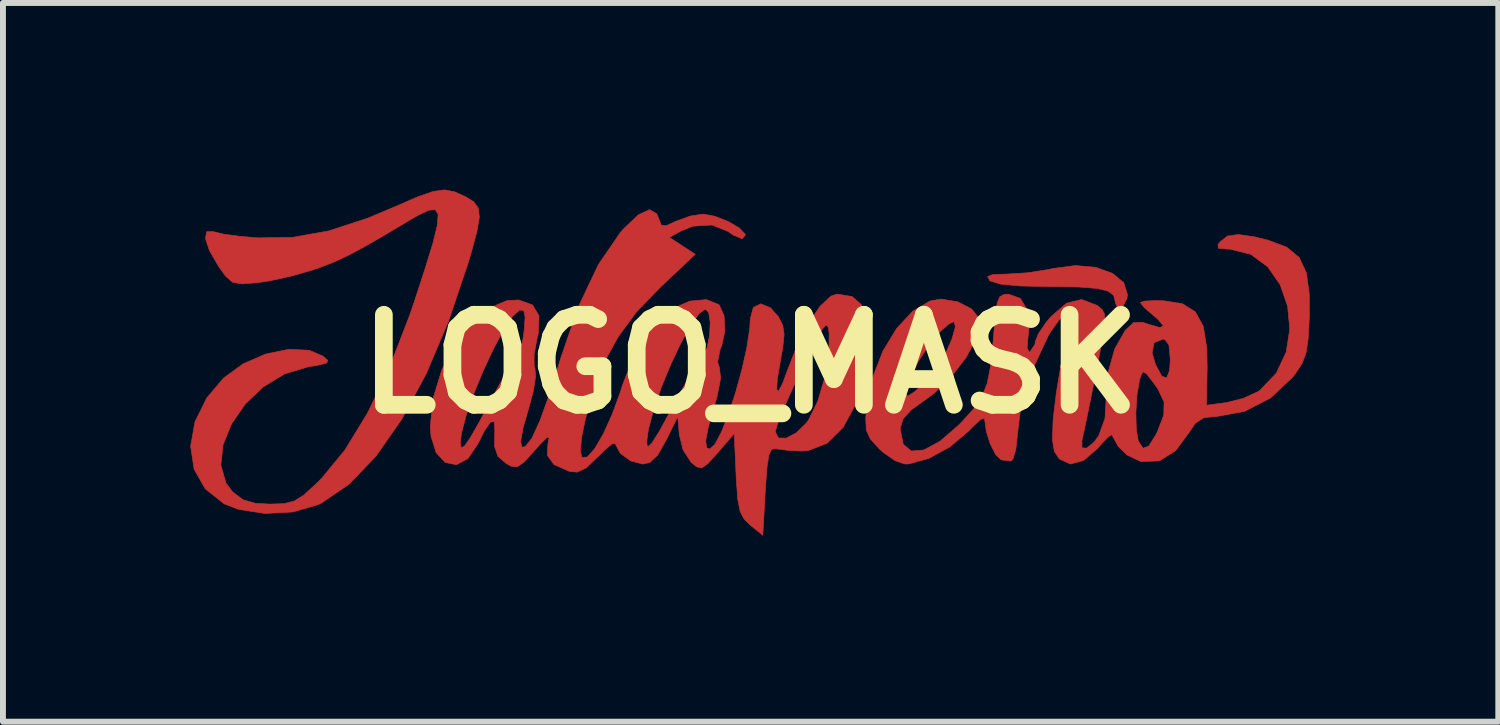
<source format=kicad_pcb>
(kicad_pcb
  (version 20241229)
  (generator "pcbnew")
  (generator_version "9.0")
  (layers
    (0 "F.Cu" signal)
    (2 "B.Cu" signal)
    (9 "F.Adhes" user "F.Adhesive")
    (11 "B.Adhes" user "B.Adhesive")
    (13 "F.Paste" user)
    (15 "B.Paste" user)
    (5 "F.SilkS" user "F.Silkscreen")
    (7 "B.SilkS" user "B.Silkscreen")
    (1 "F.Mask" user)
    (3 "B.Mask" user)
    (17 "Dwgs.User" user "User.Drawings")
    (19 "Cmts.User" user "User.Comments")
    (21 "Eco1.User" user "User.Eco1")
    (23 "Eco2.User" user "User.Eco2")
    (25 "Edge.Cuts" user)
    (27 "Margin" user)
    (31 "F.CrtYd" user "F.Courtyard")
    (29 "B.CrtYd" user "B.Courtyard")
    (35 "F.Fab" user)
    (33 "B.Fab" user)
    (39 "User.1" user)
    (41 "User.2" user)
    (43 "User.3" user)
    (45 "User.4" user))
  (footprint "LOGO_MASK"
    (layer "F.Cu")
    (at 9.655 3.115)
    (property "Reference" "LOGO_MASK" (at 0 0 0) (layer "F.SilkS") (effects (font (size 1.524 1.524) (thickness 0.3))))
    (attr through_hole)
    (fp_poly (pts (xy 5.851 -1.638) (xy 6.134 -1.536) (xy 6.324 -1.378) (xy 6.387 -1.175) (xy 6.376 -1.107) (xy 6.304 -0.965) (xy 6.223 -0.939) (xy 6.181 -1.041) (xy 6.181 -1.053) (xy 6.155 -1.161) (xy 6.06 -1.235) (xy 5.872 -1.281) (xy 5.567 -1.305) (xy 5.119 -1.312) (xy 5.063 -1.312) (xy 4.569 -1.323) (xy 4.238 -1.354) (xy 4.066 -1.406) (xy 4.051 -1.418) (xy 4.019 -1.482) (xy 4.103 -1.515) (xy 4.33 -1.524) (xy 4.348 -1.524) (xy 4.694 -1.546) (xy 5.049 -1.601) (xy 5.126 -1.618) (xy 5.504 -1.669) (xy 5.851 -1.638)) (stroke (width 0.01) (type solid)) (fill yes) (layer "F.Cu"))
    (fp_poly (pts (xy -5.012 -2.919) (xy -4.827 -2.837) (xy -4.822 -2.834) (xy -4.684 -2.749) (xy -4.607 -2.644) (xy -4.588 -2.489) (xy -4.628 -2.251) (xy -4.723 -1.897) (xy -4.774 -1.724) (xy -5.113 -0.718) (xy -5.491 0.171) (xy -5.901 0.933) (xy -6.337 1.557) (xy -6.793 2.034) (xy -7.262 2.353) (xy -7.322 2.382) (xy -7.745 2.504) (xy -8.216 2.53) (xy -8.664 2.461) (xy -8.91 2.366) (xy -9.229 2.113) (xy -9.418 1.78) (xy -9.477 1.393) (xy -9.405 0.982) (xy -9.203 0.572) (xy -8.919 0.237) (xy -8.587 -0.005) (xy -8.204 -0.171) (xy -7.816 -0.25) (xy -7.468 -0.234) (xy -7.236 -0.135) (xy -7.154 -0.062) (xy -7.176 -0.017) (xy -7.327 0.021) (xy -7.481 0.045) (xy -7.884 0.166) (xy -8.247 0.386) (xy -8.553 0.678) (xy -8.785 1.014) (xy -8.928 1.367) (xy -8.965 1.71) (xy -8.878 2.016) (xy -8.767 2.163) (xy -8.592 2.297) (xy -8.378 2.358) (xy -8.126 2.371) (xy -7.894 2.363) (xy -7.723 2.32) (xy -7.56 2.218) (xy -7.354 2.029) (xy -7.251 1.926) (xy -6.861 1.451) (xy -6.478 0.823) (xy -6.111 0.059) (xy -5.768 -0.826) (xy -5.689 -1.058) (xy -5.502 -1.631) (xy -5.371 -2.058) (xy -5.299 -2.355) (xy -5.286 -2.535) (xy -5.334 -2.614) (xy -5.443 -2.606) (xy -5.616 -2.525) (xy -5.8 -2.419) (xy -6.242 -2.155) (xy -6.576 -1.964) (xy -6.837 -1.826) (xy -7.062 -1.723) (xy -7.285 -1.637) (xy -7.408 -1.594) (xy -7.768 -1.491) (xy -8.145 -1.408) (xy -8.35 -1.378) (xy -8.61 -1.358) (xy -8.766 -1.386) (xy -8.885 -1.489) (xy -9.007 -1.66) (xy -9.159 -1.923) (xy -9.226 -2.125) (xy -9.206 -2.241) (xy -9.094 -2.245) (xy -9.081 -2.239) (xy -8.924 -2.201) (xy -8.657 -2.165) (xy -8.335 -2.137) (xy -8.333 -2.137) (xy -7.744 -2.147) (xy -7.135 -2.256) (xy -6.47 -2.474) (xy -6.007 -2.669) (xy -5.636 -2.831) (xy -5.374 -2.922) (xy -5.18 -2.95) (xy -5.012 -2.919)) (stroke (width 0.01) (type solid)) (fill yes) (layer "F.Cu"))
    (fp_poly (pts (xy 8.536 -2.155) (xy 8.776 -2.095) (xy 9.086 -1.978) (xy 9.295 -1.804) (xy 9.417 -1.544) (xy 9.467 -1.171) (xy 9.466 -0.791) (xy 9.447 -0.433) (xy 9.411 -0.191) (xy 9.344 -0.01) (xy 9.23 0.163) (xy 9.181 0.225) (xy 8.81 0.574) (xy 8.369 0.801) (xy 7.921 0.883) (xy 7.681 0.908) (xy 7.536 1) (xy 7.443 1.14) (xy 7.203 1.466) (xy 6.927 1.639) (xy 6.628 1.651) (xy 6.596 1.643) (xy 6.378 1.539) (xy 6.232 1.397) (xy 6.232 1.396) (xy 6.151 1.251) (xy 6.121 1.196) (xy 6.062 1.233) (xy 5.935 1.365) (xy 5.88 1.429) (xy 5.645 1.632) (xy 5.421 1.693) (xy 5.234 1.607) (xy 5.149 1.481) (xy 5.116 1.281) (xy 5.128 0.939) (xy 5.183 0.479) (xy 5.277 -0.079) (xy 5.387 -0.614) (xy 5.402 -0.796) (xy 5.344 -0.839) (xy 5.231 -0.75) (xy 5.078 -0.535) (xy 5.049 -0.487) (xy 4.749 0.157) (xy 4.568 0.825) (xy 4.525 1.185) (xy 4.496 1.448) (xy 4.447 1.61) (xy 4.409 1.643) (xy 4.258 1.623) (xy 4.247 1.621) (xy 4.156 1.535) (xy 4.062 1.35) (xy 3.995 1.134) (xy 3.979 1.006) (xy 3.964 0.921) (xy 3.899 0.938) (xy 3.76 1.068) (xy 3.695 1.136) (xy 3.379 1.403) (xy 3.022 1.598) (xy 2.685 1.69) (xy 2.621 1.693) (xy 2.452 1.636) (xy 2.246 1.492) (xy 2.183 1.434) (xy 2.033 1.268) (xy 1.964 1.119) (xy 1.955 0.917) (xy 1.972 0.721) (xy 2.014 0.508) (xy 2.625 0.508) (xy 2.67 0.541) (xy 2.785 0.467) (xy 2.941 0.317) (xy 3.108 0.12) (xy 3.256 -0.092) (xy 3.31 -0.187) (xy 3.413 -0.421) (xy 3.468 -0.613) (xy 3.471 -0.647) (xy 3.448 -0.718) (xy 3.363 -0.68) (xy 3.217 -0.55) (xy 3.028 -0.328) (xy 2.846 -0.046) (xy 2.702 0.238) (xy 2.628 0.466) (xy 2.625 0.508) (xy 2.014 0.508) (xy 2.069 0.234) (xy 2.244 -0.217) (xy 2.479 -0.604) (xy 2.752 -0.897) (xy 3.044 -1.068) (xy 3.23 -1.101) (xy 3.514 -1.054) (xy 3.747 -0.934) (xy 3.879 -0.77) (xy 3.893 -0.694) (xy 3.825 -0.426) (xy 3.652 -0.109) (xy 3.406 0.212) (xy 3.119 0.489) (xy 2.985 0.589) (xy 2.725 0.776) (xy 2.588 0.926) (xy 2.541 1.075) (xy 2.54 1.107) (xy 2.589 1.356) (xy 2.726 1.472) (xy 2.938 1.455) (xy 3.211 1.308) (xy 3.531 1.031) (xy 3.563 0.999) (xy 3.776 0.765) (xy 3.92 0.557) (xy 4.012 0.326) (xy 4.07 0.028) (xy 4.112 -0.385) (xy 4.119 -0.471) (xy 4.148 -0.818) (xy 4.18 -1.03) (xy 4.224 -1.139) (xy 4.294 -1.18) (xy 4.37 -1.185) (xy 4.573 -1.113) (xy 4.694 -0.911) (xy 4.719 -0.604) (xy 4.706 -0.49) (xy 4.687 -0.271) (xy 4.724 -0.204) (xy 4.739 -0.21) (xy 4.82 -0.334) (xy 4.826 -0.383) (xy 4.879 -0.514) (xy 5.011 -0.708) (xy 5.089 -0.801) (xy 5.355 -1.031) (xy 5.612 -1.094) (xy 5.87 -0.995) (xy 5.889 -0.981) (xy 5.956 -0.925) (xy 5.995 -0.855) (xy 6.005 -0.741) (xy 5.984 -0.551) (xy 5.931 -0.255) (xy 5.854 0.141) (xy 5.773 0.545) (xy 5.701 0.897) (xy 5.646 1.159) (xy 5.616 1.291) (xy 5.616 1.417) (xy 5.696 1.424) (xy 5.82 1.322) (xy 5.898 1.219) (xy 6.006 0.922) (xy 6.012 0.825) (xy 6.529 0.825) (xy 6.537 1.114) (xy 6.571 1.305) (xy 6.651 1.425) (xy 6.749 1.388) (xy 6.871 1.191) (xy 6.891 1.151) (xy 7.002 0.862) (xy 7.006 0.639) (xy 6.898 0.414) (xy 6.837 0.329) (xy 6.712 0.166) (xy 6.648 0.13) (xy 6.608 0.211) (xy 6.592 0.269) (xy 6.548 0.519) (xy 6.529 0.825) (xy 6.012 0.825) (xy 6.023 0.628) (xy 6.051 0.17) (xy 6.153 -0.192) (xy 6.804 -0.192) (xy 6.86 0.005) (xy 6.967 0.203) (xy 7.05 0.235) (xy 7.101 0.105) (xy 7.112 -0.085) (xy 7.089 -0.324) (xy 7.017 -0.42) (xy 6.99 -0.423) (xy 6.838 -0.363) (xy 6.804 -0.192) (xy 6.153 -0.192) (xy 6.171 -0.258) (xy 6.35 -0.572) (xy 6.49 -0.702) (xy 6.643 -0.707) (xy 6.736 -0.676) (xy 6.937 -0.618) (xy 6.994 -0.647) (xy 6.904 -0.758) (xy 6.82 -0.828) (xy 6.672 -0.957) (xy 6.604 -1.041) (xy 6.604 -1.043) (xy 6.68 -1.067) (xy 6.872 -1.076) (xy 6.997 -1.073) (xy 7.317 -1.022) (xy 7.537 -0.884) (xy 7.671 -0.638) (xy 7.731 -0.264) (xy 7.736 0.059) (xy 7.725 0.697) (xy 8.068 0.651) (xy 8.35 0.58) (xy 8.599 0.465) (xy 8.629 0.445) (xy 8.907 0.154) (xy 9.074 -0.201) (xy 9.135 -0.591) (xy 9.098 -0.983) (xy 8.971 -1.346) (xy 8.76 -1.649) (xy 8.473 -1.859) (xy 8.117 -1.947) (xy 8.08 -1.947) (xy 7.928 -1.961) (xy 7.919 -2.021) (xy 7.959 -2.074) (xy 8.081 -2.168) (xy 8.261 -2.194) (xy 8.536 -2.155)) (stroke (width 0.01) (type solid)) (fill yes) (layer "F.Cu"))
    (fp_poly (pts (xy -1.585 -2.546) (xy -1.549 -2.458) (xy -1.505 -2.35) (xy -1.42 -2.344) (xy -1.265 -2.416) (xy -1.017 -2.507) (xy -0.8 -2.54) (xy -0.602 -2.504) (xy -0.377 -2.416) (xy -0.186 -2.305) (xy -0.088 -2.201) (xy -0.085 -2.183) (xy -0.138 -2.122) (xy -0.29 -2.186) (xy -0.376 -2.246) (xy -0.649 -2.355) (xy -0.97 -2.335) (xy -1.171 -2.255) (xy -1.369 -2.145) (xy -1.15 -2.002) (xy -0.932 -1.859) (xy -1.525 -1.3) (xy -1.932 -0.877) (xy -2.235 -0.465) (xy -2.416 -0.137) (xy -2.56 0.196) (xy -2.689 0.563) (xy -2.791 0.925) (xy -2.857 1.242) (xy -2.877 1.476) (xy -2.85 1.581) (xy -2.759 1.573) (xy -2.633 1.43) (xy -2.577 1.334) (xy -1.756 1.334) (xy -1.737 1.402) (xy -1.667 1.339) (xy -1.541 1.139) (xy -1.352 0.794) (xy -1.275 0.648) (xy -1.103 0.333) (xy -0.946 0.066) (xy -0.83 -0.109) (xy -0.802 -0.141) (xy -0.731 -0.281) (xy -0.689 -0.49) (xy -0.679 -0.708) (xy -0.705 -0.875) (xy -0.76 -0.931) (xy -0.867 -0.856) (xy -1.01 -0.654) (xy -1.174 -0.358) (xy -1.343 -0.002) (xy -1.501 0.38) (xy -1.632 0.755) (xy -1.721 1.089) (xy -1.731 1.143) (xy -1.756 1.334) (xy -2.577 1.334) (xy -2.487 1.179) (xy -2.337 0.847) (xy -2.196 0.46) (xy -2.158 0.339) (xy -1.946 -0.2) (xy -1.669 -0.631) (xy -1.345 -0.925) (xy -1.33 -0.934) (xy -1.025 -1.066) (xy -0.743 -1.092) (xy -0.535 -1.009) (xy -0.525 -0.999) (xy -0.444 -0.82) (xy -0.43 -0.563) (xy -0.484 -0.308) (xy -0.512 -0.247) (xy -0.553 -0.035) (xy -0.524 0.054) (xy -0.502 0.238) (xy -0.564 0.557) (xy -0.605 0.695) (xy -0.711 1.065) (xy -0.755 1.298) (xy -0.74 1.415) (xy -0.69 1.439) (xy -0.601 1.362) (xy -0.491 1.154) (xy -0.487 1.145) (xy 0.423 1.145) (xy 0.476 1.252) (xy 0.609 1.254) (xy 0.78 1.164) (xy 0.951 0.997) (xy 0.987 0.947) (xy 1.143 0.627) (xy 1.265 0.216) (xy 1.333 -0.206) (xy 1.335 -0.527) (xy 1.316 -0.633) (xy 1.283 -0.661) (xy 1.223 -0.597) (xy 1.123 -0.422) (xy 0.971 -0.119) (xy 0.863 0.102) (xy 0.691 0.469) (xy 0.55 0.789) (xy 0.456 1.027) (xy 0.423 1.145) (xy -0.487 1.145) (xy -0.371 0.851) (xy -0.251 0.488) (xy -0.144 0.101) (xy -0.059 -0.275) (xy -0.009 -0.605) (xy 0 -0.766) (xy 0.051 -0.958) (xy 0.177 -1.021) (xy 0.342 -0.953) (xy 0.474 -0.803) (xy 0.549 -0.66) (xy 0.573 -0.502) (xy 0.549 -0.272) (xy 0.513 -0.075) (xy 0.458 0.251) (xy 0.447 0.431) (xy 0.478 0.459) (xy 0.547 0.33) (xy 0.627 0.111) (xy 0.795 -0.319) (xy 0.986 -0.692) (xy 1.181 -0.978) (xy 1.362 -1.149) (xy 1.467 -1.185) (xy 1.723 -1.144) (xy 1.884 -1.004) (xy 1.964 -0.745) (xy 1.978 -0.397) (xy 1.921 0.187) (xy 1.782 0.683) (xy 1.572 1.073) (xy 1.302 1.34) (xy 0.981 1.465) (xy 0.864 1.472) (xy 0.621 1.459) (xy 0.438 1.435) (xy 0.423 1.432) (xy 0.36 1.444) (xy 0.315 1.539) (xy 0.283 1.745) (xy 0.257 2.089) (xy 0.254 2.148) (xy 0.212 2.899) (xy 0.001 2.728) (xy -0.106 2.623) (xy -0.173 2.493) (xy -0.212 2.293) (xy -0.236 1.98) (xy -0.241 1.867) (xy -0.272 1.178) (xy -0.55 1.499) (xy -0.718 1.686) (xy -0.823 1.76) (xy -0.91 1.739) (xy -1.002 1.663) (xy -1.137 1.457) (xy -1.202 1.198) (xy -1.228 0.889) (xy -1.426 1.291) (xy -1.57 1.544) (xy -1.702 1.667) (xy -1.822 1.693) (xy -2.027 1.639) (xy -2.204 1.508) (xy -2.286 1.353) (xy -2.286 1.343) (xy -2.337 1.349) (xy -2.467 1.456) (xy -2.578 1.567) (xy -2.778 1.757) (xy -2.93 1.83) (xy -3.065 1.817) (xy -3.325 1.701) (xy -3.437 1.546) (xy -3.428 1.361) (xy -3.407 1.248) (xy -3.441 1.24) (xy -3.549 1.347) (xy -3.659 1.472) (xy -3.833 1.662) (xy -3.949 1.741) (xy -4.052 1.729) (xy -4.131 1.685) (xy -4.274 1.561) (xy -4.332 1.39) (xy -4.327 1.114) (xy -4.337 0.974) (xy -4.4 0.983) (xy -4.504 1.133) (xy -4.612 1.351) (xy -4.783 1.602) (xy -4.977 1.704) (xy -5.165 1.667) (xy -5.319 1.501) (xy -5.37 1.338) (xy -4.911 1.338) (xy -4.895 1.417) (xy -4.842 1.391) (xy -4.742 1.249) (xy -4.587 0.977) (xy -4.405 0.636) (xy -4.238 0.329) (xy -4.092 0.082) (xy -3.989 -0.069) (xy -3.963 -0.095) (xy -3.903 -0.204) (xy -3.85 -0.422) (xy -3.831 -0.551) (xy -3.813 -0.796) (xy -3.836 -0.907) (xy -3.904 -0.916) (xy -4.022 -0.811) (xy -4.175 -0.581) (xy -4.346 -0.263) (xy -4.52 0.108) (xy -4.679 0.493) (xy -4.808 0.858) (xy -4.89 1.165) (xy -4.911 1.338) (xy -5.37 1.338) (xy -5.407 1.219) (xy -5.419 1.05) (xy -5.367 0.566) (xy -5.223 0.097) (xy -5.007 -0.329) (xy -4.738 -0.684) (xy -4.435 -0.942) (xy -4.117 -1.076) (xy -3.919 -1.085) (xy -3.686 -1.001) (xy -3.578 -0.816) (xy -3.59 -0.518) (xy -3.616 -0.408) (xy -3.661 -0.16) (xy -3.66 0.031) (xy -3.646 0.072) (xy -3.635 0.212) (xy -3.674 0.456) (xy -3.737 0.695) (xy -3.847 1.078) (xy -3.889 1.313) (xy -3.865 1.409) (xy -3.809 1.396) (xy -3.697 1.254) (xy -3.557 0.947) (xy -3.388 0.475) (xy -3.207 -0.11) (xy -2.907 -0.979) (xy -2.572 -1.685) (xy -2.201 -2.226) (xy -2.147 -2.289) (xy -1.893 -2.529) (xy -1.706 -2.615) (xy -1.585 -2.546)) (stroke (width 0.01) (type solid)) (fill yes) (layer "F.Cu"))
    (fp_poly (pts (xy -4.794 -3.029) (xy -4.678 -2.964) (xy -4.475 -2.797) (xy -4.404 -2.603) (xy -4.403 -2.562) (xy -4.427 -2.365) (xy -4.492 -2.063) (xy -4.582 -1.712) (xy -4.682 -1.37) (xy -4.779 -1.09) (xy -4.786 -1.074) (xy -4.812 -0.984) (xy -4.764 -0.981) (xy -4.61 -1.066) (xy -4.562 -1.095) (xy -4.244 -1.228) (xy -3.921 -1.265) (xy -3.647 -1.203) (xy -3.527 -1.115) (xy -3.407 -0.875) (xy -3.406 -0.541) (xy -3.465 -0.275) (xy -3.501 -0.091) (xy -3.486 -0.002) (xy -3.479 0) (xy -3.425 -0.075) (xy -3.347 -0.27) (xy -3.329 -0.329) (xy -1.016 -0.329) (xy -0.964 -0.283) (xy -0.931 -0.296) (xy -0.85 -0.408) (xy -0.847 -0.433) (xy -0.899 -0.479) (xy -0.931 -0.466) (xy -1.013 -0.354) (xy -1.016 -0.329) (xy -3.329 -0.329) (xy -3.271 -0.515) (xy -3.104 -1.008) (xy -2.886 -1.489) (xy -2.635 -1.931) (xy -2.37 -2.308) (xy -2.108 -2.594) (xy -1.867 -2.761) (xy -1.73 -2.794) (xy -1.557 -2.764) (xy -1.487 -2.717) (xy -1.383 -2.682) (xy -1.165 -2.671) (xy -0.952 -2.68) (xy -0.54 -2.669) (xy -0.213 -2.571) (xy 0.004 -2.399) (xy 0.085 -2.167) (xy 0.085 -2.16) (xy 0.03 -1.99) (xy -0.134 -1.95) (xy -0.404 -2.038) (xy -0.477 -2.074) (xy -0.707 -2.171) (xy -0.873 -2.2) (xy -0.931 -2.158) (xy -0.892 -2.06) (xy -0.826 -1.945) (xy -0.78 -1.839) (xy -0.809 -1.733) (xy -0.932 -1.591) (xy -1.101 -1.434) (xy -1.268 -1.273) (xy -1.338 -1.183) (xy -1.297 -1.181) (xy -0.937 -1.284) (xy -0.633 -1.242) (xy -0.406 -1.079) (xy -0.277 -0.814) (xy -0.268 -0.471) (xy -0.337 -0.217) (xy -0.374 -0.055) (xy -0.342 0) (xy -0.291 -0.053) (xy -0.244 -0.223) (xy -0.196 -0.529) (xy -0.149 -0.931) (xy -0.096 -1.088) (xy 0.052 -1.157) (xy 0.138 -1.169) (xy 0.363 -1.15) (xy 0.542 -1.018) (xy 0.594 -0.957) (xy 0.733 -0.819) (xy 0.815 -0.809) (xy 0.821 -0.821) (xy 0.995 -1.117) (xy 1.238 -1.297) (xy 1.511 -1.359) (xy 1.778 -1.301) (xy 1.999 -1.121) (xy 2.112 -0.902) (xy 2.206 -0.618) (xy 2.533 -0.944) (xy 2.752 -1.142) (xy 2.94 -1.239) (xy 3.166 -1.269) (xy 3.231 -1.27) (xy 3.509 -1.24) (xy 3.744 -1.166) (xy 3.791 -1.138) (xy 3.929 -1.058) (xy 3.933 -1.061) (xy 4.862 -1.061) (xy 4.868 -1.016) (xy 4.941 -0.935) (xy 4.953 -0.931) (xy 5.02 -0.99) (xy 5.038 -1.016) (xy 5.018 -1.088) (xy 4.953 -1.101) (xy 4.862 -1.061) (xy 3.933 -1.061) (xy 3.977 -1.089) (xy 3.979 -1.121) (xy 3.924 -1.281) (xy 3.883 -1.332) (xy 3.809 -1.482) (xy 3.882 -1.606) (xy 4.079 -1.682) (xy 4.229 -1.693) (xy 4.494 -1.708) (xy 4.843 -1.747) (xy 5.153 -1.793) (xy 5.648 -1.836) (xy 6.05 -1.782) (xy 6.339 -1.636) (xy 6.476 -1.458) (xy 6.553 -1.344) (xy 6.686 -1.288) (xy 6.925 -1.27) (xy 6.998 -1.27) (xy 7.276 -1.257) (xy 7.455 -1.198) (xy 7.605 -1.068) (xy 7.651 -1.014) (xy 7.871 -0.623) (xy 7.953 -0.145) (xy 7.934 0.182) (xy 7.911 0.397) (xy 7.938 0.485) (xy 8.041 0.484) (xy 8.114 0.467) (xy 8.5 0.295) (xy 8.779 0.012) (xy 8.938 -0.351) (xy 8.964 -0.764) (xy 8.845 -1.196) (xy 8.833 -1.222) (xy 8.62 -1.498) (xy 8.312 -1.698) (xy 7.976 -1.778) (xy 7.964 -1.778) (xy 7.788 -1.837) (xy 7.73 -1.983) (xy 7.806 -2.17) (xy 7.835 -2.204) (xy 8.054 -2.331) (xy 8.36 -2.365) (xy 8.706 -2.316) (xy 9.046 -2.194) (xy 9.33 -2.009) (xy 9.461 -1.863) (xy 9.587 -1.565) (xy 9.654 -1.164) (xy 9.661 -0.716) (xy 9.608 -0.275) (xy 9.494 0.101) (xy 9.477 0.138) (xy 9.221 0.495) (xy 8.848 0.794) (xy 8.41 1.002) (xy 8.141 1.067) (xy 7.87 1.132) (xy 7.647 1.261) (xy 7.403 1.493) (xy 7.402 1.494) (xy 7.176 1.714) (xy 6.993 1.826) (xy 6.797 1.862) (xy 6.758 1.863) (xy 6.47 1.811) (xy 6.245 1.696) (xy 6.094 1.586) (xy 6.001 1.582) (xy 5.893 1.684) (xy 5.882 1.696) (xy 5.657 1.832) (xy 5.379 1.855) (xy 5.122 1.766) (xy 5.038 1.694) (xy 4.959 1.579) (xy 4.921 1.428) (xy 4.918 1.193) (xy 4.938 0.902) (xy 4.946 0.826) (xy 6.69 0.826) (xy 6.703 0.973) (xy 6.746 0.969) (xy 6.773 0.931) (xy 6.846 0.764) (xy 6.857 0.699) (xy 6.805 0.6) (xy 6.773 0.593) (xy 6.712 0.666) (xy 6.69 0.826) (xy 4.946 0.826) (xy 4.972 0.573) (xy 5.01 0.295) (xy 5.046 0.124) (xy 5.048 0.118) (xy 5.068 0.015) (xy 5.017 0.042) (xy 4.934 0.188) (xy 4.842 0.445) (xy 4.755 0.758) (xy 4.69 1.07) (xy 4.659 1.327) (xy 4.66 1.387) (xy 4.667 1.658) (xy 4.64 1.8) (xy 4.562 1.855) (xy 4.464 1.863) (xy 4.242 1.813) (xy 4.037 1.692) (xy 3.91 1.542) (xy 3.895 1.477) (xy 3.843 1.367) (xy 3.736 1.381) (xy 3.682 1.441) (xy 3.538 1.567) (xy 3.291 1.696) (xy 3.004 1.803) (xy 2.74 1.859) (xy 2.677 1.863) (xy 2.434 1.812) (xy 2.184 1.686) (xy 1.978 1.519) (xy 1.869 1.348) (xy 1.863 1.305) (xy 1.816 1.197) (xy 1.723 1.215) (xy 1.668 1.299) (xy 1.539 1.441) (xy 1.302 1.566) (xy 1.018 1.65) (xy 0.749 1.67) (xy 0.703 1.665) (xy 0.413 1.618) (xy 0.431 2.236) (xy 0.426 2.662) (xy 0.377 2.931) (xy 0.277 3.05) (xy 0.118 3.029) (xy -0.107 2.874) (xy -0.133 2.853) (xy -0.287 2.675) (xy -0.371 2.44) (xy -0.403 2.218) (xy -0.45 1.918) (xy -0.518 1.786) (xy -0.606 1.821) (xy -0.635 1.863) (xy -0.771 1.943) (xy -0.972 1.904) (xy -1.185 1.76) (xy -1.344 1.646) (xy -1.42 1.677) (xy -1.42 1.677) (xy -1.553 1.842) (xy -1.785 1.893) (xy -2.081 1.823) (xy -2.291 1.747) (xy -2.43 1.752) (xy -2.578 1.845) (xy -2.61 1.869) (xy -2.829 1.991) (xy -3.077 1.997) (xy -3.13 1.988) (xy -3.363 1.926) (xy -3.529 1.849) (xy -3.538 1.842) (xy -3.673 1.8) (xy -3.746 1.849) (xy -3.942 1.942) (xy -4.171 1.876) (xy -4.3 1.776) (xy -4.484 1.605) (xy -4.655 1.776) (xy -4.824 1.91) (xy -4.989 1.932) (xy -5.206 1.842) (xy -5.308 1.782) (xy -5.494 1.635) (xy -5.581 1.448) (xy -5.604 1.27) (xy -5.613 1.147) (xy 2.707 1.147) (xy 2.766 1.298) (xy 2.81 1.34) (xy 2.858 1.337) (xy 2.96 1.271) (xy 3.104 1.164) (xy 3.442 0.866) (xy 3.703 0.539) (xy 3.851 0.231) (xy 3.858 0.206) (xy 3.886 0.069) (xy 3.869 0.035) (xy 3.784 0.112) (xy 3.618 0.299) (xy 3.38 0.535) (xy 3.12 0.74) (xy 3.015 0.805) (xy 2.793 0.972) (xy 2.707 1.147) (xy -5.613 1.147) (xy -5.62 1.058) (xy -2.622 1.058) (xy -2.575 0.953) (xy 0.683 0.953) (xy 0.701 1.024) (xy 0.772 0.957) (xy 0.88 0.77) (xy 0.934 0.656) (xy 1.031 0.413) (xy 1.087 0.219) (xy 1.092 0.169) (xy 1.059 0.179) (xy 0.98 0.299) (xy 0.88 0.482) (xy 0.781 0.685) (xy 0.707 0.861) (xy 0.683 0.953) (xy -2.575 0.953) (xy -2.508 0.804) (xy -2.406 0.533) (xy -2.34 0.296) (xy -2.285 0.042) (xy -2.403 0.254) (xy -2.501 0.491) (xy -2.571 0.762) (xy -2.622 1.058) (xy -5.62 1.058) (xy -5.63 0.923) (xy -6.007 1.441) (xy -6.444 1.971) (xy -6.884 2.348) (xy -7.35 2.585) (xy -7.866 2.696) (xy -8.148 2.709) (xy -8.674 2.655) (xy -9.086 2.486) (xy -9.404 2.195) (xy -9.461 2.117) (xy -9.625 1.737) (xy -9.65 1.312) (xy -9.55 0.875) (xy -9.337 0.455) (xy -9.025 0.085) (xy -8.627 -0.206) (xy -8.448 -0.292) (xy -8.113 -0.389) (xy -7.751 -0.425) (xy -7.415 -0.403) (xy -7.159 -0.323) (xy -7.075 -0.26) (xy -6.951 -0.051) (xy -6.986 0.112) (xy -7.17 0.21) (xy -7.314 0.23) (xy -7.766 0.334) (xy -8.175 0.574) (xy -8.507 0.917) (xy -8.723 1.331) (xy -8.775 1.537) (xy -8.757 1.837) (xy -8.614 2.055) (xy -8.377 2.178) (xy -8.075 2.193) (xy -7.739 2.087) (xy -7.644 2.034) (xy -7.33 1.768) (xy -7.002 1.348) (xy -6.67 0.791) (xy -6.34 0.112) (xy -6.157 -0.339) (xy -4.149 -0.339) (xy -4.12 -0.256) (xy -4.111 -0.254) (xy -4.039 -0.313) (xy -4.022 -0.339) (xy -4.028 -0.417) (xy -4.059 -0.423) (xy -4.145 -0.362) (xy -4.149 -0.339) (xy -6.157 -0.339) (xy -6.022 -0.674) (xy -5.845 -1.175) (xy -5.716 -1.57) (xy -5.609 -1.909) (xy -5.535 -2.16) (xy -5.504 -2.288) (xy -5.503 -2.293) (xy -5.564 -2.312) (xy -5.716 -2.245) (xy -5.779 -2.206) (xy -6.409 -1.836) (xy -7.057 -1.536) (xy -7.685 -1.32) (xy -8.254 -1.203) (xy -8.522 -1.185) (xy -8.777 -1.207) (xy -8.948 -1.299) (xy -9.087 -1.461) (xy -9.303 -1.77) (xy -9.416 -1.991) (xy -9.439 -2.16) (xy -9.393 -2.294) (xy -9.281 -2.42) (xy -9.105 -2.423) (xy -9.073 -2.416) (xy -8.419 -2.311) (xy -7.755 -2.33) (xy -7.053 -2.476) (xy -6.285 -2.753) (xy -6.091 -2.839) (xy -5.653 -3.019) (xy -5.317 -3.108) (xy -5.043 -3.11) (xy -4.794 -3.029)) (stroke (width 0.01) (type solid)) (fill yes) (layer "F.Mask")))
  (gr_rect
    (start -3 -3)
    (end 22.321 9.171)
    (stroke (width 0.1) (type default))
    (fill no)
    (layer "Edge.Cuts")))
</source>
